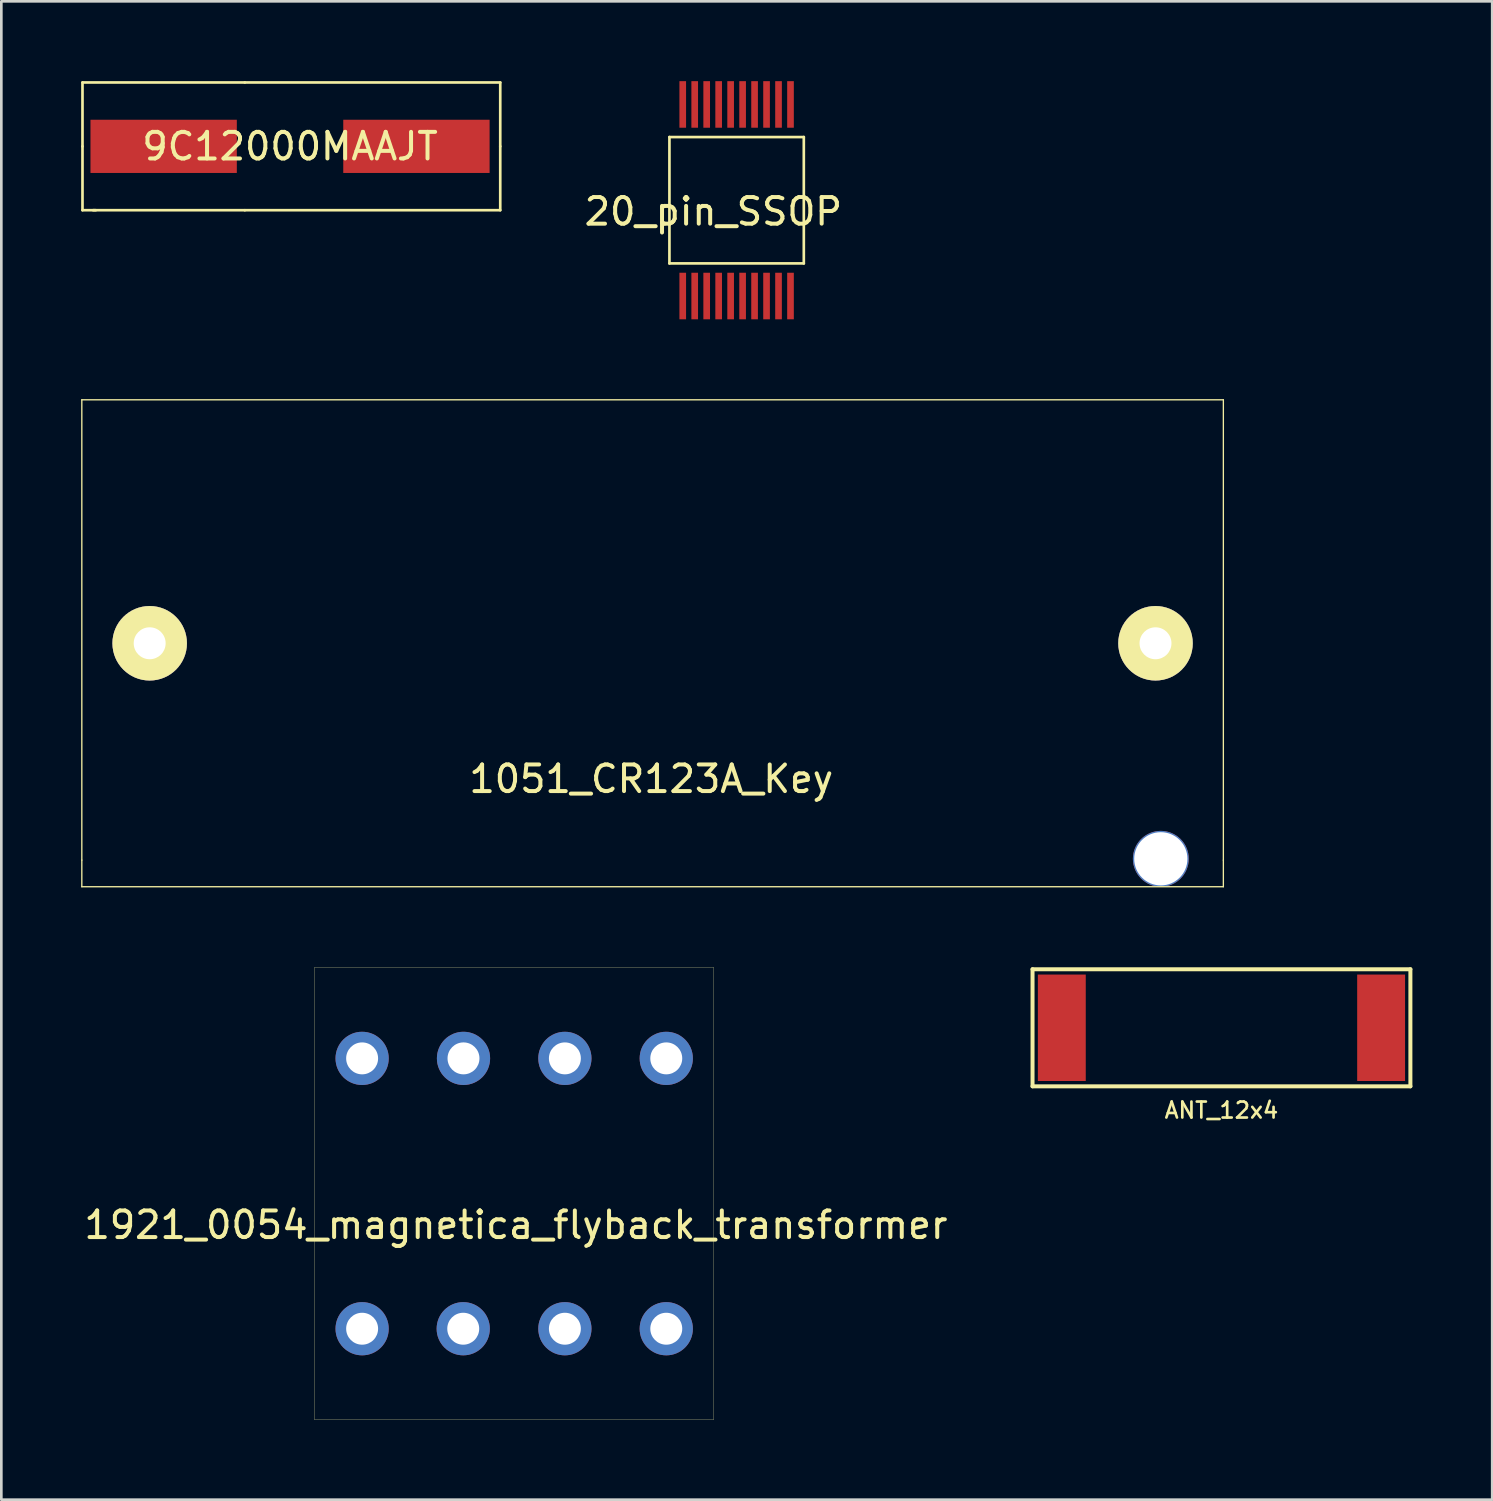
<source format=kicad_pcb>
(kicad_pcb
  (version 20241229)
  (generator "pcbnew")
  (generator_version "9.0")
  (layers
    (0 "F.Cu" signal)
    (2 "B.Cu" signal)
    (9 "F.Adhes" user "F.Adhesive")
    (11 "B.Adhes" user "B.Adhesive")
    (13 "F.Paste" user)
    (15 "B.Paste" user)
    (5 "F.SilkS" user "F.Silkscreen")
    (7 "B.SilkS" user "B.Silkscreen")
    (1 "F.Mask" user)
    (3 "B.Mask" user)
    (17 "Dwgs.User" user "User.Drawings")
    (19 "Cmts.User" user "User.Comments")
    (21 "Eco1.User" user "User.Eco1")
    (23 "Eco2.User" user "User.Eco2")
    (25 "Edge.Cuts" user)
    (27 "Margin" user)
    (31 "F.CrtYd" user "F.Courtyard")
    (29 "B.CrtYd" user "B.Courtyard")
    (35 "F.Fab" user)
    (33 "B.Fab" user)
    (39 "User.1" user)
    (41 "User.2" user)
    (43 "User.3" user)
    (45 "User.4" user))
  (footprint "ANT_12x4"
    (layer "F.Cu")
    (at 42.854 35.575)
    (property "Reference" "ANT_12x4" (at 0 3.1 0) (layer "F.SilkS") (effects (font (size 0.6 0.6) (thickness 0.1))))
    (attr through_hole)
    (fp_line (start -7.1 -2.2) (end 7.1 -2.2) (stroke (width 0.15) (type solid)) (layer "F.SilkS"))
    (fp_line (start -7.1 2.2) (end -7.1 -2.2) (stroke (width 0.15) (type solid)) (layer "F.SilkS"))
    (fp_line (start 7.1 2.2) (end -7.1 2.2) (stroke (width 0.15) (type solid)) (layer "F.SilkS"))
    (fp_line (start 7.1 2.2) (end 7.1 -2.2) (stroke (width 0.15) (type solid)) (layer "F.SilkS"))
    (pad "1" smd rect (at -6 0) (size 1.8 4) (layers "F.Cu" "F.Mask" "F.Paste"))
    (pad "2" smd rect (at 6 0) (size 1.8 4) (layers "F.Cu" "F.Mask" "F.Paste")))
  (footprint "20_pin_SSOP"
    (layer "F.Cu")
    (at 24.633 4.475)
    (property "Reference" "20_pin_SSOP" (at -0.875 0.425 0) (layer "F.SilkS") (effects (font (size 1 1) (thickness 0.15))))
    (attr through_hole)
    (fp_line (start -2.525 2.375) (end -2.525 -2.375) (stroke (width 0.1) (type solid)) (layer "F.SilkS"))
    (fp_line (start 2.525 -2.375) (end -2.525 -2.375) (stroke (width 0.1) (type solid)) (layer "F.SilkS"))
    (fp_line (start 2.525 2.375) (end -2.525 2.375) (stroke (width 0.1) (type solid)) (layer "F.SilkS"))
    (fp_line (start 2.525 2.375) (end 2.525 -2.375) (stroke (width 0.1) (type solid)) (layer "F.SilkS"))
    (pad "1" smd rect (at -2.025 3.6) (size 0.25 1.75) (layers "F.Cu" "F.Mask" "F.Paste"))
    (pad "2" smd rect (at -1.575 3.6) (size 0.25 1.75) (layers "F.Cu" "F.Mask" "F.Paste"))
    (pad "3" smd rect (at -1.125 3.6) (size 0.25 1.75) (layers "F.Cu" "F.Mask" "F.Paste"))
    (pad "4" smd rect (at -0.675 3.6) (size 0.25 1.75) (layers "F.Cu" "F.Mask" "F.Paste"))
    (pad "5" smd rect (at -0.225 3.6) (size 0.25 1.75) (layers "F.Cu" "F.Mask" "F.Paste"))
    (pad "6" smd rect (at 0.225 3.6) (size 0.25 1.75) (layers "F.Cu" "F.Mask" "F.Paste"))
    (pad "7" smd rect (at 0.675 3.6) (size 0.25 1.75) (layers "F.Cu" "F.Mask" "F.Paste"))
    (pad "8" smd rect (at 1.125 3.6) (size 0.25 1.75) (layers "F.Cu" "F.Mask" "F.Paste"))
    (pad "9" smd rect (at 1.575 3.6) (size 0.25 1.75) (layers "F.Cu" "F.Mask" "F.Paste"))
    (pad "10" smd rect (at 2.025 3.6) (size 0.25 1.75) (layers "F.Cu" "F.Mask" "F.Paste"))
    (pad "11" smd rect (at 2.025 -3.6) (size 0.25 1.75) (layers "F.Cu" "F.Mask" "F.Paste"))
    (pad "12" smd rect (at 1.575 -3.6) (size 0.25 1.75) (layers "F.Cu" "F.Mask" "F.Paste"))
    (pad "13" smd rect (at 1.125 -3.6) (size 0.25 1.75) (layers "F.Cu" "F.Mask" "F.Paste"))
    (pad "14" smd rect (at 0.675 -3.6) (size 0.25 1.75) (layers "F.Cu" "F.Mask" "F.Paste"))
    (pad "15" smd rect (at 0.225 -3.6) (size 0.25 1.75) (layers "F.Cu" "F.Mask" "F.Paste"))
    (pad "16" smd rect (at -0.225 -3.6) (size 0.25 1.75) (layers "F.Cu" "F.Mask" "F.Paste"))
    (pad "17" smd rect (at -0.675 -3.6) (size 0.25 1.75) (layers "F.Cu" "F.Mask" "F.Paste"))
    (pad "18" smd rect (at -1.125 -3.6) (size 0.25 1.75) (layers "F.Cu" "F.Mask" "F.Paste"))
    (pad "19" smd rect (at -1.575 -3.6) (size 0.25 1.75) (layers "F.Cu" "F.Mask" "F.Paste"))
    (pad "20" smd rect (at -2.025 -3.6) (size 0.25 1.75) (layers "F.Cu" "F.Mask" "F.Paste")))
  (footprint "1921_0054_magnetica_flyback_transformer"
    (layer "F.Cu")
    (at 16.269 41.805)
    (property "Reference" "1921_0054_magnetica_flyback_transformer" (at 0.07 1.18 0) (layer "F.SilkS") (effects (font (size 1 1) (thickness 0.15))))
    (attr through_hole)
    (fp_line (start -7.5 -8.5) (end -7.5 8.5) (stroke (width 0.01) (type solid)) (layer "F.SilkS"))
    (fp_line (start 7.5 -8.5) (end -7.5 -8.5) (stroke (width 0.01) (type solid)) (layer "F.SilkS"))
    (fp_line (start 7.5 -8.5) (end 7.5 8.5) (stroke (width 0.01) (type solid)) (layer "F.SilkS"))
    (fp_line (start 7.5 8.5) (end -7.5 8.5) (stroke (width 0.01) (type solid)) (layer "F.SilkS"))
    (pad "1" thru_hole circle (at 5.72 5.08) (size 2 2) (drill 1.2) (layers "*.Cu" "*.Mask"))
    (pad "2" thru_hole circle (at 1.91 5.08) (size 2 2) (drill 1.2) (layers "*.Cu" "*.Mask"))
    (pad "3" thru_hole circle (at -1.91 5.08) (size 2 2) (drill 1.2) (layers "*.Cu" "*.Mask"))
    (pad "4" thru_hole circle (at -5.71 5.08) (size 2 2) (drill 1.2) (layers "*.Cu" "*.Mask"))
    (pad "5" thru_hole circle (at -5.71 -5.08) (size 2 2) (drill 1.2) (layers "*.Cu" "*.Mask"))
    (pad "6" thru_hole circle (at -1.9 -5.08) (size 2 2) (drill 1.2) (layers "*.Cu" "*.Mask"))
    (pad "7" thru_hole circle (at 1.91 -5.08) (size 2 2) (drill 1.2) (layers "*.Cu" "*.Mask"))
    (pad "8" thru_hole circle (at 5.72 -5.08) (size 2 2) (drill 1.2) (layers "*.Cu" "*.Mask")))
  (footprint "1051_CR123A_Key"
    (layer "F.Cu")
    (at 21.475 21.125)
    (property "Reference" "1051_CR123A_Key" (at -0.05 5.1 0) (layer "F.SilkS") (effects (font (size 1 1) (thickness 0.15))))
    (attr through_hole)
    (fp_line (start -21.45 -9.15) (end -21.45 8.15) (stroke (width 0.05) (type solid)) (layer "F.SilkS"))
    (fp_line (start -21.45 8.15) (end -21.45 9.15) (stroke (width 0.05) (type solid)) (layer "F.SilkS"))
    (fp_line (start 21.45 -9.15) (end -21.45 -9.15) (stroke (width 0.05) (type solid)) (layer "F.SilkS"))
    (fp_line (start 21.45 -9.15) (end 21.45 8.15) (stroke (width 0.05) (type solid)) (layer "F.SilkS"))
    (fp_line (start 21.45 8.15) (end 21.45 9.15) (stroke (width 0.05) (type solid)) (layer "F.SilkS"))
    (fp_line (start 21.45 9.15) (end -21.45 9.15) (stroke (width 0.05) (type solid)) (layer "F.SilkS"))
    (pad "" np_thru_hole circle (at 19.1 8.1) (size 2.1 2.1) (drill 2) (layers "*.Cu"))
    (pad "1" thru_hole circle (at 18.9 0) (size 2.8 2.8) (drill 1.2) (layers "*.Cu" "*.Mask" "F.SilkS"))
    (pad "2" thru_hole circle (at -18.9 0) (size 2.8 2.8) (drill 1.2) (layers "*.Cu" "*.Mask" "F.SilkS")))
  (footprint "9C12000MAAJT"
    (layer "F.Cu")
    (at 7.85 2.45)
    (property "Reference" "9C12000MAAJT" (at 0 0 0) (layer "F.SilkS") (effects (font (size 1 1) (thickness 0.15))))
    (attr through_hole)
    (fp_line (start -7.8 -2.4) (end -1.7 -2.4) (stroke (width 0.1) (type solid)) (layer "F.SilkS"))
    (fp_line (start -7.8 0) (end -7.8 -2.4) (stroke (width 0.1) (type solid)) (layer "F.SilkS"))
    (fp_line (start -7.8 0) (end -7.8 2.4) (stroke (width 0.1) (type solid)) (layer "F.SilkS"))
    (fp_line (start -7.8 2.4) (end -7.3 2.4) (stroke (width 0.1) (type solid)) (layer "F.SilkS"))
    (fp_line (start -1.7 2.4) (end -7.4 2.4) (stroke (width 0.1) (type solid)) (layer "F.SilkS"))
    (fp_line (start 7.9 -2.4) (end -1.7 -2.4) (stroke (width 0.1) (type solid)) (layer "F.SilkS"))
    (fp_line (start 7.9 0) (end 7.9 -2.4) (stroke (width 0.1) (type solid)) (layer "F.SilkS"))
    (fp_line (start 7.9 0) (end 7.9 2.4) (stroke (width 0.1) (type solid)) (layer "F.SilkS"))
    (fp_line (start 7.9 2.4) (end -1.7 2.4) (stroke (width 0.1) (type solid)) (layer "F.SilkS"))
    (pad "1" smd rect (at -4.75 0) (size 5.5 2) (layers "F.Cu" "F.Mask" "F.Paste"))
    (pad "2" smd rect (at 4.75 0) (size 5.5 2) (layers "F.Cu" "F.Mask" "F.Paste")))
  (gr_rect
    (start -3 -3)
    (end 53.029 53.31)
    (stroke (width 0.1) (type default))
    (fill no)
    (layer "Edge.Cuts")))
</source>
